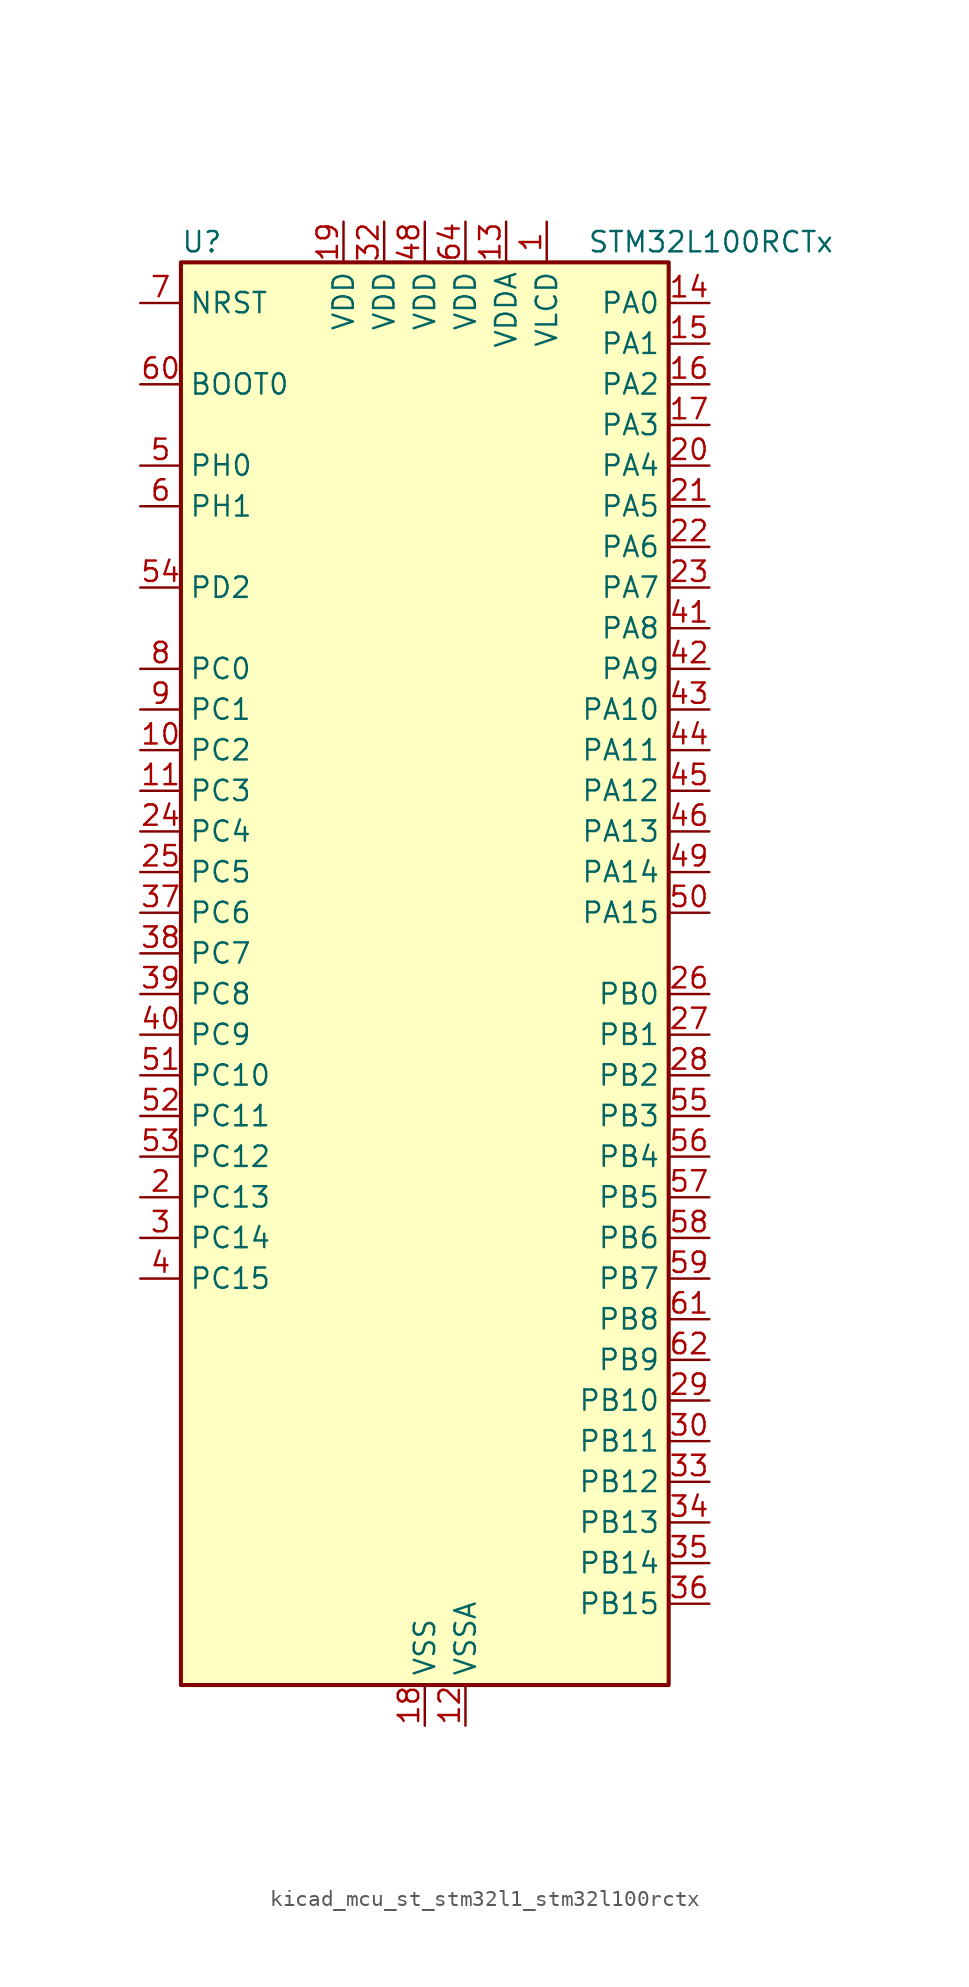
<source format=kicad_sym>
(kicad_symbol_lib
  (version 20220914)
  (generator kicad_symbol_editor)
  (symbol "kicad_mcu_st_stm32l1_stm32l100rctx"
    (property "Reference" "U"
      (at -15.24 46.99 0)
      (effects (font (size 1.27 1.27)) (justify left)))
    (property "Value" "STM32L100RCTx"
      (at 10.16 46.99 0)
      (effects (font (size 1.27 1.27)) (justify left)))
    (property "ki_locked" ""
      (at 0 0 0)
      (effects (font (size 1.27 1.27))))
    (symbol "kicad_mcu_st_stm32l1_stm32l100rctx_0_1"
      (rectangle (start -15.24 -43.18) (end 15.24 45.72) (stroke (width 0.254) (type default)) (fill (type background))))
    (symbol "kicad_mcu_st_stm32l1_stm32l100rctx_1_1"
      (pin power_in line (at 7.62 48.26 270) (length 2.54) (name "VLCD" (effects (font (size 1.27 1.27)))) (number "1" (effects (font (size 1.27 1.27)))))
      (pin bidirectional line (at -17.78 15.24 0) (length 2.54) (name "PC2" (effects (font (size 1.27 1.27)))) (number "10" (effects (font (size 1.27 1.27)))) (alternate "ADC_IN12" bidirectional line) (alternate "COMP1_INP" bidirectional line) (alternate "LCD_SEG20" bidirectional line) (alternate "TIMX_IC3" bidirectional line))
      (pin bidirectional line (at -17.78 12.7 0) (length 2.54) (name "PC3" (effects (font (size 1.27 1.27)))) (number "11" (effects (font (size 1.27 1.27)))) (alternate "ADC_IN13" bidirectional line) (alternate "COMP1_INP" bidirectional line) (alternate "LCD_SEG21" bidirectional line) (alternate "TIMX_IC4" bidirectional line))
      (pin power_in line (at 2.54 -45.72 90) (length 2.54) (name "VSSA" (effects (font (size 1.27 1.27)))) (number "12" (effects (font (size 1.27 1.27)))))
      (pin power_in line (at 5.08 48.26 270) (length 2.54) (name "VDDA" (effects (font (size 1.27 1.27)))) (number "13" (effects (font (size 1.27 1.27)))))
      (pin bidirectional line (at 17.78 43.18 180) (length 2.54) (name "PA0" (effects (font (size 1.27 1.27)))) (number "14" (effects (font (size 1.27 1.27)))) (alternate "ADC_IN0" bidirectional line) (alternate "COMP1_INP" bidirectional line) (alternate "RTC_TAMP2" bidirectional line) (alternate "SYS_WKUP1" bidirectional line) (alternate "TIM2_CH1" bidirectional line) (alternate "TIM2_ETR" bidirectional line) (alternate "TIMX_IC1" bidirectional line) (alternate "USART2_CTS" bidirectional line))
      (pin bidirectional line (at 17.78 40.64 180) (length 2.54) (name "PA1" (effects (font (size 1.27 1.27)))) (number "15" (effects (font (size 1.27 1.27)))) (alternate "ADC_IN1" bidirectional line) (alternate "COMP1_INP" bidirectional line) (alternate "LCD_SEG0" bidirectional line) (alternate "TIM2_CH2" bidirectional line) (alternate "TIMX_IC2" bidirectional line) (alternate "USART2_RTS" bidirectional line))
      (pin bidirectional line (at 17.78 38.1 180) (length 2.54) (name "PA2" (effects (font (size 1.27 1.27)))) (number "16" (effects (font (size 1.27 1.27)))) (alternate "ADC_IN2" bidirectional line) (alternate "COMP1_INP" bidirectional line) (alternate "LCD_SEG1" bidirectional line) (alternate "TIM2_CH3" bidirectional line) (alternate "TIM9_CH1" bidirectional line) (alternate "TIMX_IC3" bidirectional line) (alternate "USART2_TX" bidirectional line))
      (pin bidirectional line (at 17.78 35.56 180) (length 2.54) (name "PA3" (effects (font (size 1.27 1.27)))) (number "17" (effects (font (size 1.27 1.27)))) (alternate "ADC_IN3" bidirectional line) (alternate "COMP1_INP" bidirectional line) (alternate "LCD_SEG2" bidirectional line) (alternate "TIM2_CH4" bidirectional line) (alternate "TIM9_CH2" bidirectional line) (alternate "TIMX_IC4" bidirectional line) (alternate "USART2_RX" bidirectional line))
      (pin power_in line (at 0 -45.72 90) (length 2.54) (name "VSS" (effects (font (size 1.27 1.27)))) (number "18" (effects (font (size 1.27 1.27)))))
      (pin power_in line (at -5.08 48.26 270) (length 2.54) (name "VDD" (effects (font (size 1.27 1.27)))) (number "19" (effects (font (size 1.27 1.27)))))
      (pin bidirectional line (at -17.78 -12.7 0) (length 2.54) (name "PC13" (effects (font (size 1.27 1.27)))) (number "2" (effects (font (size 1.27 1.27)))) (alternate "RTC_OUT_ALARM" bidirectional line) (alternate "RTC_OUT_CALIB" bidirectional line) (alternate "RTC_TAMP1" bidirectional line) (alternate "RTC_TS" bidirectional line) (alternate "SYS_WKUP2" bidirectional line) (alternate "TIMX_IC2" bidirectional line))
      (pin bidirectional line (at 17.78 33.02 180) (length 2.54) (name "PA4" (effects (font (size 1.27 1.27)))) (number "20" (effects (font (size 1.27 1.27)))) (alternate "ADC_IN4" bidirectional line) (alternate "COMP1_INP" bidirectional line) (alternate "DAC_OUT1" bidirectional line) (alternate "I2S3_WS" bidirectional line) (alternate "SPI1_NSS" bidirectional line) (alternate "SPI3_NSS" bidirectional line) (alternate "TIMX_IC1" bidirectional line) (alternate "USART2_CK" bidirectional line))
      (pin bidirectional line (at 17.78 30.48 180) (length 2.54) (name "PA5" (effects (font (size 1.27 1.27)))) (number "21" (effects (font (size 1.27 1.27)))) (alternate "ADC_IN5" bidirectional line) (alternate "COMP1_INP" bidirectional line) (alternate "DAC_OUT2" bidirectional line) (alternate "SPI1_SCK" bidirectional line) (alternate "TIM2_CH1" bidirectional line) (alternate "TIM2_ETR" bidirectional line) (alternate "TIMX_IC2" bidirectional line))
      (pin bidirectional line (at 17.78 27.94 180) (length 2.54) (name "PA6" (effects (font (size 1.27 1.27)))) (number "22" (effects (font (size 1.27 1.27)))) (alternate "ADC_IN6" bidirectional line) (alternate "COMP1_INP" bidirectional line) (alternate "LCD_SEG3" bidirectional line) (alternate "SPI1_MISO" bidirectional line) (alternate "TIM10_CH1" bidirectional line) (alternate "TIM3_CH1" bidirectional line) (alternate "TIMX_IC3" bidirectional line))
      (pin bidirectional line (at 17.78 25.4 180) (length 2.54) (name "PA7" (effects (font (size 1.27 1.27)))) (number "23" (effects (font (size 1.27 1.27)))) (alternate "ADC_IN7" bidirectional line) (alternate "COMP1_INP" bidirectional line) (alternate "LCD_SEG4" bidirectional line) (alternate "SPI1_MOSI" bidirectional line) (alternate "TIM11_CH1" bidirectional line) (alternate "TIM3_CH2" bidirectional line) (alternate "TIMX_IC4" bidirectional line))
      (pin bidirectional line (at -17.78 10.16 0) (length 2.54) (name "PC4" (effects (font (size 1.27 1.27)))) (number "24" (effects (font (size 1.27 1.27)))) (alternate "ADC_IN14" bidirectional line) (alternate "COMP1_INP" bidirectional line) (alternate "LCD_SEG22" bidirectional line) (alternate "TIMX_IC1" bidirectional line))
      (pin bidirectional line (at -17.78 7.62 0) (length 2.54) (name "PC5" (effects (font (size 1.27 1.27)))) (number "25" (effects (font (size 1.27 1.27)))) (alternate "ADC_IN15" bidirectional line) (alternate "COMP1_INP" bidirectional line) (alternate "LCD_SEG23" bidirectional line) (alternate "TIMX_IC2" bidirectional line))
      (pin bidirectional line (at 17.78 0 180) (length 2.54) (name "PB0" (effects (font (size 1.27 1.27)))) (number "26" (effects (font (size 1.27 1.27)))) (alternate "ADC_IN8" bidirectional line) (alternate "COMP1_INP" bidirectional line) (alternate "LCD_SEG5" bidirectional line) (alternate "SYS_V_REF_OUT" bidirectional line) (alternate "TIM3_CH3" bidirectional line))
      (pin bidirectional line (at 17.78 -2.54 180) (length 2.54) (name "PB1" (effects (font (size 1.27 1.27)))) (number "27" (effects (font (size 1.27 1.27)))) (alternate "ADC_IN9" bidirectional line) (alternate "COMP1_INP" bidirectional line) (alternate "LCD_SEG6" bidirectional line) (alternate "SYS_V_REF_OUT" bidirectional line) (alternate "TIM3_CH4" bidirectional line))
      (pin bidirectional line (at 17.78 -5.08 180) (length 2.54) (name "PB2" (effects (font (size 1.27 1.27)))) (number "28" (effects (font (size 1.27 1.27)))) (alternate "COMP1_INP" bidirectional line))
      (pin bidirectional line (at 17.78 -25.4 180) (length 2.54) (name "PB10" (effects (font (size 1.27 1.27)))) (number "29" (effects (font (size 1.27 1.27)))) (alternate "I2C2_SCL" bidirectional line) (alternate "LCD_SEG10" bidirectional line) (alternate "TIM2_CH3" bidirectional line) (alternate "USART3_TX" bidirectional line))
      (pin bidirectional line (at -17.78 -15.24 0) (length 2.54) (name "PC14" (effects (font (size 1.27 1.27)))) (number "3" (effects (font (size 1.27 1.27)))) (alternate "RCC_OSC32_IN" bidirectional line) (alternate "TIMX_IC3" bidirectional line))
      (pin bidirectional line (at 17.78 -27.94 180) (length 2.54) (name "PB11" (effects (font (size 1.27 1.27)))) (number "30" (effects (font (size 1.27 1.27)))) (alternate "ADC_EXTI11" bidirectional line) (alternate "I2C2_SDA" bidirectional line) (alternate "LCD_SEG11" bidirectional line) (alternate "TIM2_CH4" bidirectional line) (alternate "USART3_RX" bidirectional line))
      (pin passive line (at 0 -45.72 90) (length 2.54) hide (name "VSS" (effects (font (size 1.27 1.27)))) (number "31" (effects (font (size 1.27 1.27)))))
      (pin power_in line (at -2.54 48.26 270) (length 2.54) (name "VDD" (effects (font (size 1.27 1.27)))) (number "32" (effects (font (size 1.27 1.27)))))
      (pin bidirectional line (at 17.78 -30.48 180) (length 2.54) (name "PB12" (effects (font (size 1.27 1.27)))) (number "33" (effects (font (size 1.27 1.27)))) (alternate "ADC_IN18" bidirectional line) (alternate "COMP1_INP" bidirectional line) (alternate "I2C2_SMBA" bidirectional line) (alternate "I2S2_WS" bidirectional line) (alternate "LCD_SEG12" bidirectional line) (alternate "SPI2_NSS" bidirectional line) (alternate "TIM10_CH1" bidirectional line) (alternate "USART3_CK" bidirectional line))
      (pin bidirectional line (at 17.78 -33.02 180) (length 2.54) (name "PB13" (effects (font (size 1.27 1.27)))) (number "34" (effects (font (size 1.27 1.27)))) (alternate "ADC_IN19" bidirectional line) (alternate "COMP1_INP" bidirectional line) (alternate "I2S2_CK" bidirectional line) (alternate "LCD_SEG13" bidirectional line) (alternate "SPI2_SCK" bidirectional line) (alternate "TIM9_CH1" bidirectional line) (alternate "USART3_CTS" bidirectional line))
      (pin bidirectional line (at 17.78 -35.56 180) (length 2.54) (name "PB14" (effects (font (size 1.27 1.27)))) (number "35" (effects (font (size 1.27 1.27)))) (alternate "ADC_IN20" bidirectional line) (alternate "COMP1_INP" bidirectional line) (alternate "LCD_SEG14" bidirectional line) (alternate "SPI2_MISO" bidirectional line) (alternate "TIM9_CH2" bidirectional line) (alternate "USART3_RTS" bidirectional line))
      (pin bidirectional line (at 17.78 -38.1 180) (length 2.54) (name "PB15" (effects (font (size 1.27 1.27)))) (number "36" (effects (font (size 1.27 1.27)))) (alternate "ADC_EXTI15" bidirectional line) (alternate "ADC_IN21" bidirectional line) (alternate "COMP1_INP" bidirectional line) (alternate "I2S2_SD" bidirectional line) (alternate "LCD_SEG15" bidirectional line) (alternate "RTC_REFIN" bidirectional line) (alternate "SPI2_MOSI" bidirectional line) (alternate "TIM11_CH1" bidirectional line))
      (pin bidirectional line (at -17.78 5.08 0) (length 2.54) (name "PC6" (effects (font (size 1.27 1.27)))) (number "37" (effects (font (size 1.27 1.27)))) (alternate "I2S2_MCK" bidirectional line) (alternate "LCD_SEG24" bidirectional line) (alternate "TIM3_CH1" bidirectional line) (alternate "TIMX_IC3" bidirectional line))
      (pin bidirectional line (at -17.78 2.54 0) (length 2.54) (name "PC7" (effects (font (size 1.27 1.27)))) (number "38" (effects (font (size 1.27 1.27)))) (alternate "I2S3_MCK" bidirectional line) (alternate "LCD_SEG25" bidirectional line) (alternate "TIM3_CH2" bidirectional line) (alternate "TIMX_IC4" bidirectional line))
      (pin bidirectional line (at -17.78 0 0) (length 2.54) (name "PC8" (effects (font (size 1.27 1.27)))) (number "39" (effects (font (size 1.27 1.27)))) (alternate "LCD_SEG26" bidirectional line) (alternate "TIM3_CH3" bidirectional line) (alternate "TIMX_IC1" bidirectional line))
      (pin bidirectional line (at -17.78 -17.78 0) (length 2.54) (name "PC15" (effects (font (size 1.27 1.27)))) (number "4" (effects (font (size 1.27 1.27)))) (alternate "ADC_EXTI15" bidirectional line) (alternate "RCC_OSC32_OUT" bidirectional line) (alternate "TIMX_IC4" bidirectional line))
      (pin bidirectional line (at -17.78 -2.54 0) (length 2.54) (name "PC9" (effects (font (size 1.27 1.27)))) (number "40" (effects (font (size 1.27 1.27)))) (alternate "DAC_EXTI9" bidirectional line) (alternate "LCD_SEG27" bidirectional line) (alternate "TIM3_CH4" bidirectional line) (alternate "TIMX_IC2" bidirectional line))
      (pin bidirectional line (at 17.78 22.86 180) (length 2.54) (name "PA8" (effects (font (size 1.27 1.27)))) (number "41" (effects (font (size 1.27 1.27)))) (alternate "LCD_COM0" bidirectional line) (alternate "RCC_MCO" bidirectional line) (alternate "TIMX_IC1" bidirectional line) (alternate "USART1_CK" bidirectional line))
      (pin bidirectional line (at 17.78 20.32 180) (length 2.54) (name "PA9" (effects (font (size 1.27 1.27)))) (number "42" (effects (font (size 1.27 1.27)))) (alternate "DAC_EXTI9" bidirectional line) (alternate "LCD_COM1" bidirectional line) (alternate "TIMX_IC2" bidirectional line) (alternate "USART1_TX" bidirectional line))
      (pin bidirectional line (at 17.78 17.78 180) (length 2.54) (name "PA10" (effects (font (size 1.27 1.27)))) (number "43" (effects (font (size 1.27 1.27)))) (alternate "LCD_COM2" bidirectional line) (alternate "TIMX_IC3" bidirectional line) (alternate "USART1_RX" bidirectional line))
      (pin bidirectional line (at 17.78 15.24 180) (length 2.54) (name "PA11" (effects (font (size 1.27 1.27)))) (number "44" (effects (font (size 1.27 1.27)))) (alternate "ADC_EXTI11" bidirectional line) (alternate "SPI1_MISO" bidirectional line) (alternate "TIMX_IC4" bidirectional line) (alternate "USART1_CTS" bidirectional line) (alternate "USB_DM" bidirectional line))
      (pin bidirectional line (at 17.78 12.7 180) (length 2.54) (name "PA12" (effects (font (size 1.27 1.27)))) (number "45" (effects (font (size 1.27 1.27)))) (alternate "SPI1_MOSI" bidirectional line) (alternate "TIMX_IC1" bidirectional line) (alternate "USART1_RTS" bidirectional line) (alternate "USB_DP" bidirectional line))
      (pin bidirectional line (at 17.78 10.16 180) (length 2.54) (name "PA13" (effects (font (size 1.27 1.27)))) (number "46" (effects (font (size 1.27 1.27)))) (alternate "SYS_JTMS-SWDIO" bidirectional line) (alternate "TIMX_IC2" bidirectional line))
      (pin passive line (at 0 -45.72 90) (length 2.54) hide (name "VSS" (effects (font (size 1.27 1.27)))) (number "47" (effects (font (size 1.27 1.27)))))
      (pin power_in line (at 0 48.26 270) (length 2.54) (name "VDD" (effects (font (size 1.27 1.27)))) (number "48" (effects (font (size 1.27 1.27)))))
      (pin bidirectional line (at 17.78 7.62 180) (length 2.54) (name "PA14" (effects (font (size 1.27 1.27)))) (number "49" (effects (font (size 1.27 1.27)))) (alternate "SYS_JTCK-SWCLK" bidirectional line) (alternate "TIMX_IC3" bidirectional line))
      (pin bidirectional line (at -17.78 33.02 0) (length 2.54) (name "PH0" (effects (font (size 1.27 1.27)))) (number "5" (effects (font (size 1.27 1.27)))) (alternate "RCC_OSC_IN" bidirectional line))
      (pin bidirectional line (at 17.78 5.08 180) (length 2.54) (name "PA15" (effects (font (size 1.27 1.27)))) (number "50" (effects (font (size 1.27 1.27)))) (alternate "ADC_EXTI15" bidirectional line) (alternate "I2S3_WS" bidirectional line) (alternate "LCD_SEG17" bidirectional line) (alternate "SPI1_NSS" bidirectional line) (alternate "SPI3_NSS" bidirectional line) (alternate "SYS_JTDI" bidirectional line) (alternate "TIM2_CH1" bidirectional line) (alternate "TIM2_ETR" bidirectional line) (alternate "TIMX_IC4" bidirectional line))
      (pin bidirectional line (at -17.78 -5.08 0) (length 2.54) (name "PC10" (effects (font (size 1.27 1.27)))) (number "51" (effects (font (size 1.27 1.27)))) (alternate "I2S3_CK" bidirectional line) (alternate "LCD_COM4" bidirectional line) (alternate "LCD_SEG28" bidirectional line) (alternate "SPI3_SCK" bidirectional line) (alternate "TIMX_IC3" bidirectional line) (alternate "USART3_TX" bidirectional line))
      (pin bidirectional line (at -17.78 -7.62 0) (length 2.54) (name "PC11" (effects (font (size 1.27 1.27)))) (number "52" (effects (font (size 1.27 1.27)))) (alternate "ADC_EXTI11" bidirectional line) (alternate "LCD_COM5" bidirectional line) (alternate "LCD_SEG29" bidirectional line) (alternate "SPI3_MISO" bidirectional line) (alternate "TIMX_IC4" bidirectional line) (alternate "USART3_RX" bidirectional line))
      (pin bidirectional line (at -17.78 -10.16 0) (length 2.54) (name "PC12" (effects (font (size 1.27 1.27)))) (number "53" (effects (font (size 1.27 1.27)))) (alternate "I2S3_SD" bidirectional line) (alternate "LCD_COM6" bidirectional line) (alternate "LCD_SEG30" bidirectional line) (alternate "SPI3_MOSI" bidirectional line) (alternate "TIMX_IC1" bidirectional line) (alternate "USART3_CK" bidirectional line))
      (pin bidirectional line (at -17.78 25.4 0) (length 2.54) (name "PD2" (effects (font (size 1.27 1.27)))) (number "54" (effects (font (size 1.27 1.27)))) (alternate "LCD_COM7" bidirectional line) (alternate "LCD_SEG31" bidirectional line) (alternate "TIM3_ETR" bidirectional line) (alternate "TIMX_IC3" bidirectional line))
      (pin bidirectional line (at 17.78 -7.62 180) (length 2.54) (name "PB3" (effects (font (size 1.27 1.27)))) (number "55" (effects (font (size 1.27 1.27)))) (alternate "COMP2_INM" bidirectional line) (alternate "I2S3_CK" bidirectional line) (alternate "LCD_SEG7" bidirectional line) (alternate "SPI1_SCK" bidirectional line) (alternate "SPI3_SCK" bidirectional line) (alternate "SYS_JTDO-TRACESWO" bidirectional line) (alternate "TIM2_CH2" bidirectional line))
      (pin bidirectional line (at 17.78 -10.16 180) (length 2.54) (name "PB4" (effects (font (size 1.27 1.27)))) (number "56" (effects (font (size 1.27 1.27)))) (alternate "COMP2_INP" bidirectional line) (alternate "LCD_SEG8" bidirectional line) (alternate "SPI1_MISO" bidirectional line) (alternate "SPI3_MISO" bidirectional line) (alternate "SYS_JTRST" bidirectional line) (alternate "TIM3_CH1" bidirectional line))
      (pin bidirectional line (at 17.78 -12.7 180) (length 2.54) (name "PB5" (effects (font (size 1.27 1.27)))) (number "57" (effects (font (size 1.27 1.27)))) (alternate "COMP2_INP" bidirectional line) (alternate "I2C1_SMBA" bidirectional line) (alternate "I2S3_SD" bidirectional line) (alternate "LCD_SEG9" bidirectional line) (alternate "SPI1_MOSI" bidirectional line) (alternate "SPI3_MOSI" bidirectional line) (alternate "TIM3_CH2" bidirectional line))
      (pin bidirectional line (at 17.78 -15.24 180) (length 2.54) (name "PB6" (effects (font (size 1.27 1.27)))) (number "58" (effects (font (size 1.27 1.27)))) (alternate "COMP2_INP" bidirectional line) (alternate "I2C1_SCL" bidirectional line) (alternate "TIM4_CH1" bidirectional line) (alternate "USART1_TX" bidirectional line))
      (pin bidirectional line (at 17.78 -17.78 180) (length 2.54) (name "PB7" (effects (font (size 1.27 1.27)))) (number "59" (effects (font (size 1.27 1.27)))) (alternate "COMP2_INP" bidirectional line) (alternate "I2C1_SDA" bidirectional line) (alternate "SYS_PVD_IN" bidirectional line) (alternate "TIM4_CH2" bidirectional line) (alternate "USART1_RX" bidirectional line))
      (pin bidirectional line (at -17.78 30.48 0) (length 2.54) (name "PH1" (effects (font (size 1.27 1.27)))) (number "6" (effects (font (size 1.27 1.27)))) (alternate "RCC_OSC_OUT" bidirectional line))
      (pin input line (at -17.78 38.1 0) (length 2.54) (name "BOOT0" (effects (font (size 1.27 1.27)))) (number "60" (effects (font (size 1.27 1.27)))))
      (pin bidirectional line (at 17.78 -20.32 180) (length 2.54) (name "PB8" (effects (font (size 1.27 1.27)))) (number "61" (effects (font (size 1.27 1.27)))) (alternate "I2C1_SCL" bidirectional line) (alternate "LCD_SEG16" bidirectional line) (alternate "TIM10_CH1" bidirectional line) (alternate "TIM4_CH3" bidirectional line))
      (pin bidirectional line (at 17.78 -22.86 180) (length 2.54) (name "PB9" (effects (font (size 1.27 1.27)))) (number "62" (effects (font (size 1.27 1.27)))) (alternate "DAC_EXTI9" bidirectional line) (alternate "I2C1_SDA" bidirectional line) (alternate "LCD_COM3" bidirectional line) (alternate "TIM11_CH1" bidirectional line) (alternate "TIM4_CH4" bidirectional line))
      (pin passive line (at 0 -45.72 90) (length 2.54) hide (name "VSS" (effects (font (size 1.27 1.27)))) (number "63" (effects (font (size 1.27 1.27)))))
      (pin power_in line (at 2.54 48.26 270) (length 2.54) (name "VDD" (effects (font (size 1.27 1.27)))) (number "64" (effects (font (size 1.27 1.27)))))
      (pin input line (at -17.78 43.18 0) (length 2.54) (name "NRST" (effects (font (size 1.27 1.27)))) (number "7" (effects (font (size 1.27 1.27)))))
      (pin bidirectional line (at -17.78 20.32 0) (length 2.54) (name "PC0" (effects (font (size 1.27 1.27)))) (number "8" (effects (font (size 1.27 1.27)))) (alternate "ADC_IN10" bidirectional line) (alternate "COMP1_INP" bidirectional line) (alternate "LCD_SEG18" bidirectional line) (alternate "TIMX_IC1" bidirectional line))
      (pin bidirectional line (at -17.78 17.78 0) (length 2.54) (name "PC1" (effects (font (size 1.27 1.27)))) (number "9" (effects (font (size 1.27 1.27)))) (alternate "ADC_IN11" bidirectional line) (alternate "COMP1_INP" bidirectional line) (alternate "LCD_SEG19" bidirectional line) (alternate "TIMX_IC2" bidirectional line)))))
</source>
